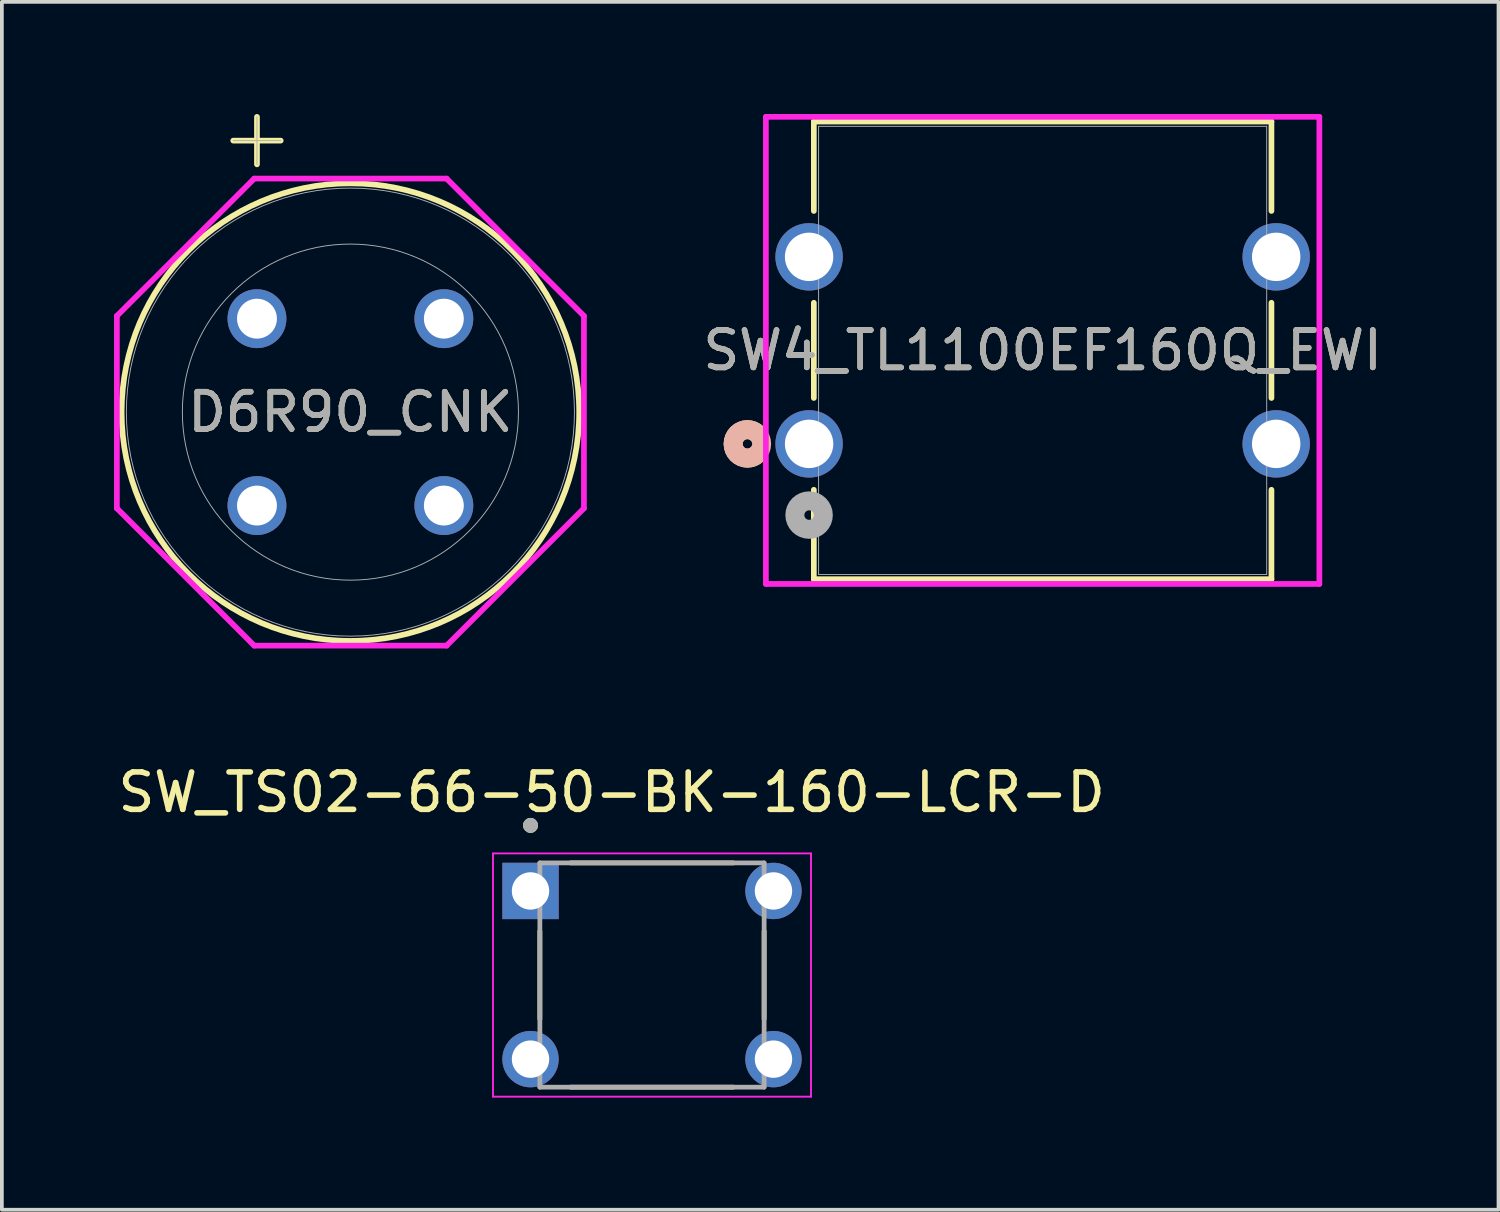
<source format=kicad_pcb>
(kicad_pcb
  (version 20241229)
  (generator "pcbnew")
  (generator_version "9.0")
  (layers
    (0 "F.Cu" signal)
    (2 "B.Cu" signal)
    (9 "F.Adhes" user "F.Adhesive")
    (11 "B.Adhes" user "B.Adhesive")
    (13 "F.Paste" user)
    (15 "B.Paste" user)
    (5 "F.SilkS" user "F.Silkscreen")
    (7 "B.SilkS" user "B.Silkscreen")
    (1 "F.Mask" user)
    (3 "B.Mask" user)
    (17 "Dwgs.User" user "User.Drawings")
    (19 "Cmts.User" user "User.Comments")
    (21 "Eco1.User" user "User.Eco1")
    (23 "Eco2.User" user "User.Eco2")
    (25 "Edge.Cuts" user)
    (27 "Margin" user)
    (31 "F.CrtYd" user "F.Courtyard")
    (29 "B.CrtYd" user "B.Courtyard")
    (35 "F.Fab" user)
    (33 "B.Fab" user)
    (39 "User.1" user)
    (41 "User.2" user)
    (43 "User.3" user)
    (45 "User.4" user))
  (footprint "SW_TS02-66-50-BK-160-LCR-D"
    (layer "F.Cu")
    (at 14.394 23.037)
    (property "Reference" "SW_TS02-66-50-BK-160-LCR-D" (at -1.079 -4.889 0) (layer "F.SilkS") (effects (font (size 1 1) (thickness 0.15))))
    (attr through_hole)
    (fp_line (start -3 -1.176) (end -3 1.176) (stroke (width 0.127) (type solid)) (layer "F.SilkS"))
    (fp_line (start -2.176 -3) (end 2.176 -3) (stroke (width 0.127) (type solid)) (layer "F.SilkS"))
    (fp_line (start -2.176 3) (end 2.176 3) (stroke (width 0.127) (type solid)) (layer "F.SilkS"))
    (fp_line (start 3 -1.176) (end 3 1.176) (stroke (width 0.127) (type solid)) (layer "F.SilkS"))
    (fp_circle (center -3.25 -4.004) (end -3.15 -4.004) (stroke (width 0.2) (type solid)) (fill no) (layer "F.SilkS"))
    (fp_line (start -4.254 -3.254) (end -4.254 3.254) (stroke (width 0.05) (type solid)) (layer "F.CrtYd"))
    (fp_line (start -4.254 3.254) (end 4.254 3.254) (stroke (width 0.05) (type solid)) (layer "F.CrtYd"))
    (fp_line (start 4.254 -3.254) (end -4.254 -3.254) (stroke (width 0.05) (type solid)) (layer "F.CrtYd"))
    (fp_line (start 4.254 3.254) (end 4.254 -3.254) (stroke (width 0.05) (type solid)) (layer "F.CrtYd"))
    (fp_line (start -3 -3) (end 3 -3) (stroke (width 0.127) (type solid)) (layer "F.Fab"))
    (fp_line (start -3 3) (end -3 -3) (stroke (width 0.127) (type solid)) (layer "F.Fab"))
    (fp_line (start 3 -3) (end 3 3) (stroke (width 0.127) (type solid)) (layer "F.Fab"))
    (fp_line (start 3 3) (end -3 3) (stroke (width 0.127) (type solid)) (layer "F.Fab"))
    (fp_circle (center -3.25 -4.004) (end -3.15 -4.004) (stroke (width 0.2) (type solid)) (fill no) (layer "F.Fab"))
    (pad "1" thru_hole rect (at -3.25 -2.25) (size 1.508 1.508) (drill 1) (layers "*.Cu" "*.Mask"))
    (pad "2" thru_hole circle (at 3.25 -2.25) (size 1.508 1.508) (drill 1) (layers "*.Cu" "*.Mask"))
    (pad "3" thru_hole circle (at -3.25 2.25) (size 1.508 1.508) (drill 1) (layers "*.Cu" "*.Mask"))
    (pad "4" thru_hole circle (at 3.25 2.25) (size 1.508 1.508) (drill 1) (layers "*.Cu" "*.Mask")))
  (footprint "D6R90_CNK"
    (layer "F.Cu")
    (at 3.825 5.476)
    (property "Reference" "D6R90_CNK" (at 2.5 2.5 0) (unlocked yes) (layer "F.SilkS") (effects (font (size 1 1) (thickness 0.15))))
    (attr through_hole)
    (fp_line (start -0.635 -4.764) (end 0.635 -4.764) (stroke (width 0.152) (type solid)) (layer "F.SilkS"))
    (fp_line (start 0 -4.129) (end 0 -5.399) (stroke (width 0.152) (type solid)) (layer "F.SilkS"))
    (fp_circle (center 2.5 2.5) (end 8.621 2.5) (stroke (width 0.152) (type solid)) (fill no) (layer "F.SilkS"))
    (fp_line (start -3.748 -0.073) (end -0.073 -3.748) (stroke (width 0.152) (type solid)) (layer "F.CrtYd"))
    (fp_line (start -3.748 5.073) (end -3.748 -0.073) (stroke (width 0.152) (type solid)) (layer "F.CrtYd"))
    (fp_line (start -0.073 -3.748) (end 5.073 -3.748) (stroke (width 0.152) (type solid)) (layer "F.CrtYd"))
    (fp_line (start -0.073 8.748) (end -3.748 5.073) (stroke (width 0.152) (type solid)) (layer "F.CrtYd"))
    (fp_line (start 5.073 -3.748) (end 8.748 -0.073) (stroke (width 0.152) (type solid)) (layer "F.CrtYd"))
    (fp_line (start 5.073 8.748) (end -0.073 8.748) (stroke (width 0.152) (type solid)) (layer "F.CrtYd"))
    (fp_line (start 8.748 -0.073) (end 8.748 5.073) (stroke (width 0.152) (type solid)) (layer "F.CrtYd"))
    (fp_line (start 8.748 5.073) (end 5.073 8.748) (stroke (width 0.152) (type solid)) (layer "F.CrtYd"))
    (fp_line (start -0.635 -4.764) (end 0.635 -4.764) (stroke (width 0.025) (type solid)) (layer "F.Fab"))
    (fp_line (start 0 -4.129) (end 0 -5.399) (stroke (width 0.025) (type solid)) (layer "F.Fab"))
    (fp_circle (center 2.5 2.5) (end 6.996 2.5) (stroke (width 0.025) (type solid)) (fill no) (layer "F.Fab"))
    (fp_circle (center 2.5 2.5) (end 8.494 2.5) (stroke (width 0.025) (type solid)) (fill no) (layer "F.Fab"))
    (fp_text user "${REFERENCE}" (at 2.5 2.5 0) (unlocked yes) (layer "F.Fab") (effects (font (size 1 1) (thickness 0.15))))
    (pad "1" thru_hole circle (at 0 0) (size 1.575 1.575) (drill 1.067) (layers "*.Cu" "*.Mask"))
    (pad "2" thru_hole circle (at 5 0) (size 1.575 1.575) (drill 1.067) (layers "*.Cu" "*.Mask"))
    (pad "3" thru_hole circle (at 5 5) (size 1.575 1.575) (drill 1.067) (layers "*.Cu" "*.Mask"))
    (pad "4" thru_hole circle (at 0 5) (size 1.575 1.575) (drill 1.067) (layers "*.Cu" "*.Mask")))
  (footprint "SW4_TL1100EF160Q_EWI"
    (layer "F.Cu")
    (at 18.597 8.826)
    (property "Reference" "SW4_TL1100EF160Q_EWI" (at 6.248 -2.502 0) (unlocked yes) (layer "F.SilkS") (effects (font (size 1 1) (thickness 0.15))))
    (attr through_hole)
    (fp_line (start 0.127 -8.623) (end 0.127 -6.232) (stroke (width 0.152) (type solid)) (layer "F.SilkS"))
    (fp_line (start 0.127 -3.776) (end 0.127 -1.228) (stroke (width 0.152) (type solid)) (layer "F.SilkS"))
    (fp_line (start 0.127 1.228) (end 0.127 3.619) (stroke (width 0.152) (type solid)) (layer "F.SilkS"))
    (fp_line (start 0.127 3.619) (end 12.37 3.619) (stroke (width 0.152) (type solid)) (layer "F.SilkS"))
    (fp_line (start 12.37 -8.623) (end 0.127 -8.623) (stroke (width 0.152) (type solid)) (layer "F.SilkS"))
    (fp_line (start 12.37 -6.232) (end 12.37 -8.623) (stroke (width 0.152) (type solid)) (layer "F.SilkS"))
    (fp_line (start 12.37 -1.228) (end 12.37 -3.776) (stroke (width 0.152) (type solid)) (layer "F.SilkS"))
    (fp_line (start 12.37 3.619) (end 12.37 1.228) (stroke (width 0.152) (type solid)) (layer "F.SilkS"))
    (fp_arc (start -1.385543 0.273301) (mid -2.032 0) (end -1.385543 -0.273301) (stroke (width 0.508) (type solid)) (layer "F.SilkS"))
    (fp_circle (center -1.651 0) (end -1.27 0) (stroke (width 0.508) (type solid)) (fill no) (layer "B.SilkS"))
    (fp_line (start -1.156 -8.75) (end -1.156 3.747) (stroke (width 0.152) (type solid)) (layer "F.CrtYd"))
    (fp_line (start -1.156 3.747) (end 13.652 3.747) (stroke (width 0.152) (type solid)) (layer "F.CrtYd"))
    (fp_line (start 13.652 -8.75) (end -1.156 -8.75) (stroke (width 0.152) (type solid)) (layer "F.CrtYd"))
    (fp_line (start 13.652 3.747) (end 13.652 -8.75) (stroke (width 0.152) (type solid)) (layer "F.CrtYd"))
    (fp_line (start 0.254 -8.496) (end 0.254 3.493) (stroke (width 0.025) (type solid)) (layer "F.Fab"))
    (fp_line (start 0.254 3.493) (end 12.243 3.493) (stroke (width 0.025) (type solid)) (layer "F.Fab"))
    (fp_line (start 12.243 -8.496) (end 0.254 -8.496) (stroke (width 0.025) (type solid)) (layer "F.Fab"))
    (fp_line (start 12.243 3.493) (end 12.243 -8.496) (stroke (width 0.025) (type solid)) (layer "F.Fab"))
    (fp_circle (center 0 1.905) (end 0.381 1.905) (stroke (width 0.508) (type solid)) (fill no) (layer "F.Fab"))
    (fp_text user "${REFERENCE}" (at 6.248 -2.502 0) (unlocked yes) (layer "F.Fab") (effects (font (size 1 1) (thickness 0.15))))
    (pad "1" thru_hole circle (at 0 0) (size 1.803 1.803) (drill 1.295) (layers "*.Cu" "*.Mask"))
    (pad "2" thru_hole circle (at 12.497 0) (size 1.803 1.803) (drill 1.295) (layers "*.Cu" "*.Mask"))
    (pad "3" thru_hole circle (at 0 -5.004) (size 1.803 1.803) (drill 1.295) (layers "*.Cu" "*.Mask"))
    (pad "4" thru_hole circle (at 12.497 -5.004) (size 1.803 1.803) (drill 1.295) (layers "*.Cu" "*.Mask")))
  (gr_rect
    (start -3 -3)
    (end 37.042 29.316)
    (stroke (width 0.1) (type default))
    (fill no)
    (layer "Edge.Cuts")))
</source>
